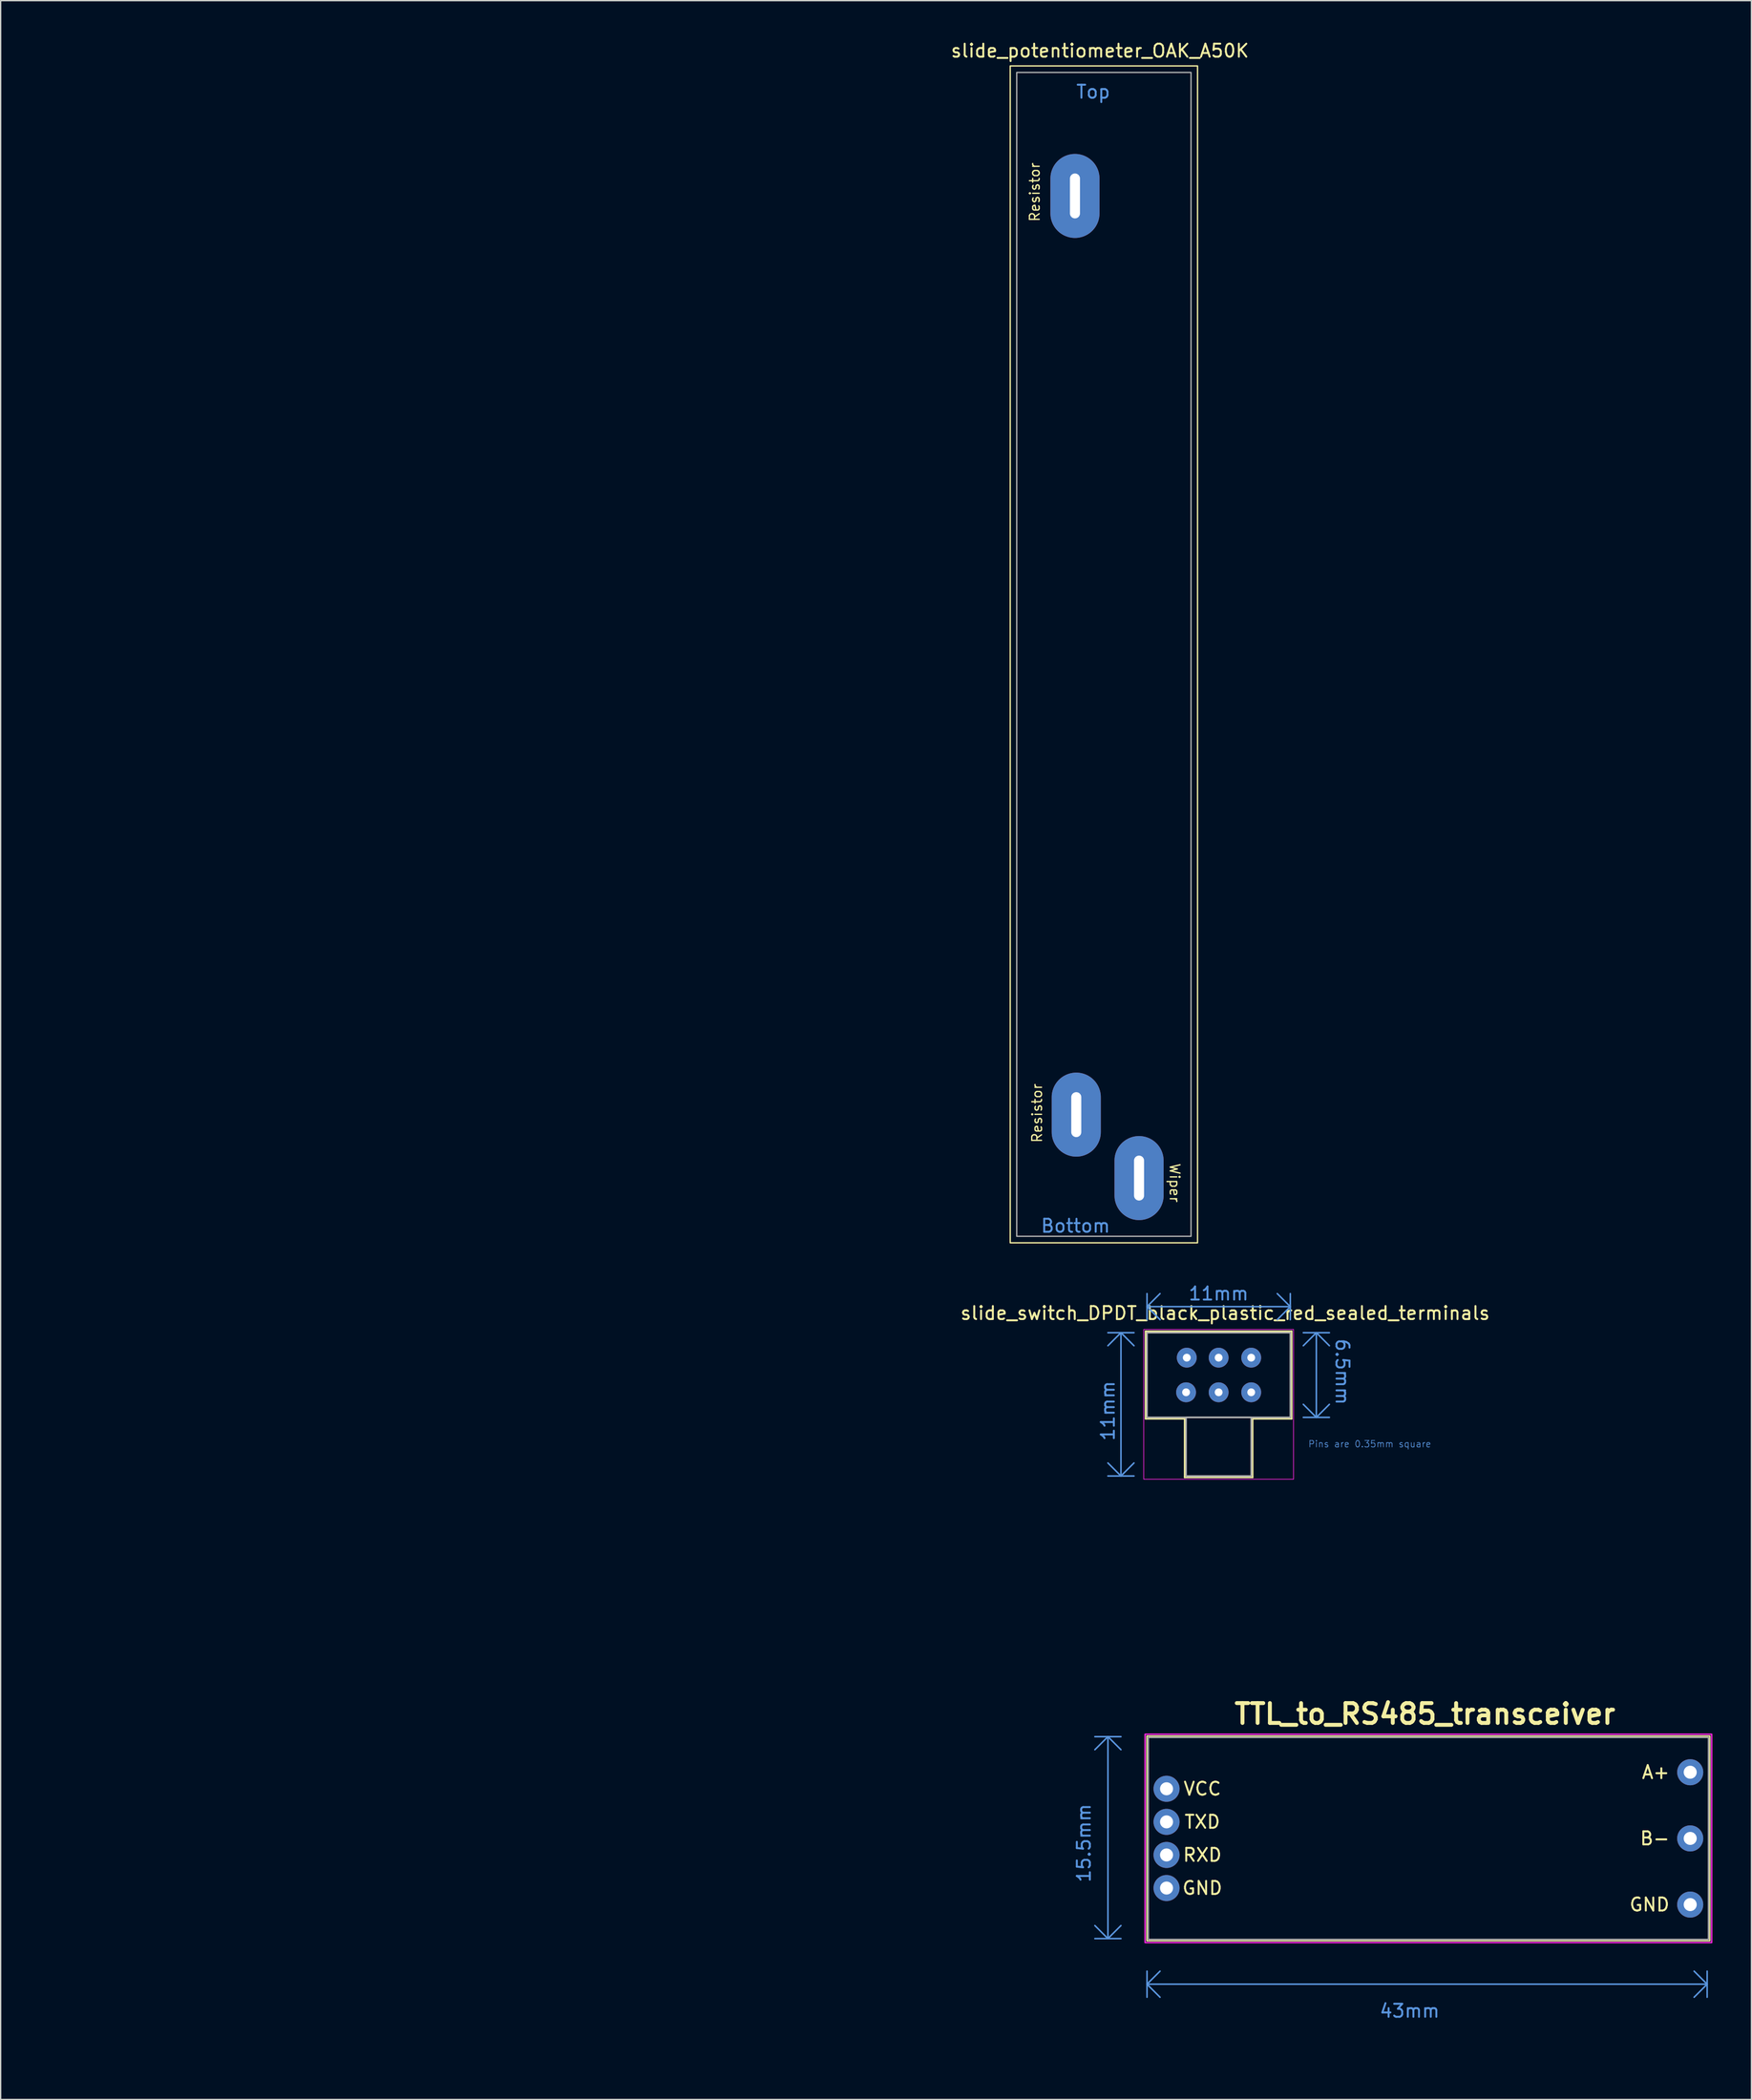
<source format=kicad_pcb>
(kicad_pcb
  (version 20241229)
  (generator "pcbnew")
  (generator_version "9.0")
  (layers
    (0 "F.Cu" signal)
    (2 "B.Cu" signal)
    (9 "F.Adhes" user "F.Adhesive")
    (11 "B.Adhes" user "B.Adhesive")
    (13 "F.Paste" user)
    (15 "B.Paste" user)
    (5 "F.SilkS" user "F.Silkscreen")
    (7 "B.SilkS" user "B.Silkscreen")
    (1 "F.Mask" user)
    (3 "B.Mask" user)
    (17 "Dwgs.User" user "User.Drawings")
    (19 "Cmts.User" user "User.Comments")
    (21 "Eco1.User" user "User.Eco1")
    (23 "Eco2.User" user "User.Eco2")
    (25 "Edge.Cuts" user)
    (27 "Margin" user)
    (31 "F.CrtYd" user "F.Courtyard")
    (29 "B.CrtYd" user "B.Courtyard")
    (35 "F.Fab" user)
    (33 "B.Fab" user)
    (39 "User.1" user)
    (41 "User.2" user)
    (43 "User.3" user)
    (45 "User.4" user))
  (footprint "slide_switch_DPDT_black_plastic_red_sealed_terminals"
    (layer "F.Cu")
    (at 85 99.25)
    (property "Reference" "slide_switch_DPDT_black_plastic_red_sealed_terminals" (at 6 -1.5 0) (unlocked yes) (layer "F.SilkS") (effects (font (size 1 1) (thickness 0.15))))
    (attr through_hole)
    (fp_line (start -0.11 -0.11) (end 11.11 -0.11) (stroke (width 0.12) (type solid)) (layer "F.SilkS"))
    (fp_line (start -0.11 6.61) (end -0.11 -0.11) (stroke (width 0.12) (type solid)) (layer "F.SilkS"))
    (fp_line (start 2.89 6.61) (end -0.11 6.61) (stroke (width 0.12) (type solid)) (layer "F.SilkS"))
    (fp_line (start 2.89 11.11) (end 2.89 6.61) (stroke (width 0.12) (type solid)) (layer "F.SilkS"))
    (fp_line (start 8.11 6.61) (end 8.11 11.11) (stroke (width 0.12) (type solid)) (layer "F.SilkS"))
    (fp_line (start 8.11 11.11) (end 2.89 11.11) (stroke (width 0.12) (type solid)) (layer "F.SilkS"))
    (fp_line (start 11.11 -0.11) (end 11.11 6.61) (stroke (width 0.12) (type solid)) (layer "F.SilkS"))
    (fp_line (start 11.11 6.61) (end 8.11 6.61) (stroke (width 0.12) (type solid)) (layer "F.SilkS"))
    (fp_line (start -3 0) (end -1 0) (stroke (width 0.12) (type solid)) (layer "Cmts.User"))
    (fp_line (start -3 11) (end -1 11) (stroke (width 0.12) (type solid)) (layer "Cmts.User"))
    (fp_line (start -2 0) (end -3 1) (stroke (width 0.12) (type solid)) (layer "Cmts.User"))
    (fp_line (start -2 0) (end -2 11) (stroke (width 0.12) (type solid)) (layer "Cmts.User"))
    (fp_line (start -2 0) (end -1 1) (stroke (width 0.12) (type solid)) (layer "Cmts.User"))
    (fp_line (start -2 11) (end -3 10) (stroke (width 0.12) (type solid)) (layer "Cmts.User"))
    (fp_line (start -2 11) (end -1 10) (stroke (width 0.12) (type solid)) (layer "Cmts.User"))
    (fp_line (start 0 -3) (end 0 -1) (stroke (width 0.12) (type solid)) (layer "Cmts.User"))
    (fp_line (start 0 -2) (end 1 -3) (stroke (width 0.12) (type solid)) (layer "Cmts.User"))
    (fp_line (start 0 -2) (end 1 -1) (stroke (width 0.12) (type solid)) (layer "Cmts.User"))
    (fp_line (start 0 -2) (end 11 -2) (stroke (width 0.12) (type solid)) (layer "Cmts.User"))
    (fp_line (start 10 -3) (end 11 -2) (stroke (width 0.12) (type solid)) (layer "Cmts.User"))
    (fp_line (start 11 -3) (end 11 -1) (stroke (width 0.12) (type solid)) (layer "Cmts.User"))
    (fp_line (start 11 -2) (end 10 -1) (stroke (width 0.12) (type solid)) (layer "Cmts.User"))
    (fp_line (start 12 0) (end 14 0) (stroke (width 0.12) (type solid)) (layer "Cmts.User"))
    (fp_line (start 12 6.5) (end 14 6.5) (stroke (width 0.12) (type solid)) (layer "Cmts.User"))
    (fp_line (start 13 0) (end 12 1) (stroke (width 0.12) (type solid)) (layer "Cmts.User"))
    (fp_line (start 13 0) (end 13 6.5) (stroke (width 0.12) (type solid)) (layer "Cmts.User"))
    (fp_line (start 13 0) (end 14 1) (stroke (width 0.12) (type solid)) (layer "Cmts.User"))
    (fp_line (start 13 6.5) (end 12 5.5) (stroke (width 0.12) (type solid)) (layer "Cmts.User"))
    (fp_line (start 14 5.5) (end 13 6.5) (stroke (width 0.12) (type solid)) (layer "Cmts.User"))
    (fp_rect (start -0.25 -0.25) (end 11.25 11.25) (stroke (width 0.05) (type solid)) (fill no) (layer "F.CrtYd"))
    (fp_rect (start 0 0) (end 11 6.5) (stroke (width 0.12) (type solid)) (fill no) (layer "F.Fab"))
    (fp_rect (start 3 6.5) (end 8 11) (stroke (width 0.12) (type solid)) (fill no) (layer "F.Fab"))
    (fp_text user "11mm" (at -3 6 90) (unlocked yes) (layer "Cmts.User") (effects (font (size 1 1) (thickness 0.15))))
    (fp_text user "Pins are 0.35mm square" (at 17.1 8.544 0) (unlocked yes) (layer "Cmts.User") (effects (font (size 0.5 0.5) (thickness 0.05))))
    (fp_text user "11mm" (at 5.5 -3 0) (unlocked yes) (layer "Cmts.User") (effects (font (size 1 1) (thickness 0.15))))
    (fp_text user "6.5mm" (at 15 3 270) (unlocked yes) (layer "Cmts.User") (effects (font (size 1 1) (thickness 0.15))))
    (fp_text user "PARTICULAR PURPOSE. Please see the CERN-OHL-S v2 for applicable conditions. " (at -85 20 0) (unlocked yes) (layer "Eco1.User") (effects (font (size 1 1) (thickness 0.15)) (justify left)))
    (fp_text user "the terms of the CERN-OHL-S v2 (https://ohwr.org/cern_ohl_s_v2.txt)." (at -85 12 0) (unlocked yes) (layer "Eco1.User") (effects (font (size 1 1) (thickness 0.15)) (justify left)))
    (fp_text user "This source is distributed WITHOUT ANY EXPRESS OR IMPLIED WARRANTY," (at -85 16 0) (unlocked yes) (layer "Eco1.User") (effects (font (size 1 1) (thickness 0.15)) (justify left)))
    (fp_text user "Source location: https://github.com/pfroud/DMX-controller" (at -85 24 0) (unlocked yes) (layer "Eco1.User") (effects (font (size 1 1) (thickness 0.15)) (justify left)))
    (fp_text user "INCLUDING OF MERCHANTABILITY, SATISFACTORY QUALITY AND FITNESS FOR A" (at -85 18 0) (unlocked yes) (layer "Eco1.User") (effects (font (size 1 1) (thickness 0.15)) (justify left)))
    (fp_text user "Copyright Peter Froud 2022." (at -85 2 0) (unlocked yes) (layer "Eco1.User") (effects (font (size 1 1) (thickness 0.15)) (justify left)))
    (fp_text user "This source describes Open Hardware and is licensed under the CERN-OHL-S v2." (at -85 6 0) (unlocked yes) (layer "Eco1.User") (effects (font (size 1 1) (thickness 0.15)) (justify left)))
    (fp_text user "You may redistribute and modify this source and make products using it under" (at -85 10 0) (unlocked yes) (layer "Eco1.User") (effects (font (size 1 1) (thickness 0.15)) (justify left)))
    (pad "1" thru_hole circle (at 3.053 1.917) (size 1.524 1.524) (drill 0.6) (layers "*.Cu" "*.Mask"))
    (pad "2" thru_hole circle (at 5.5 1.917) (size 1.524 1.524) (drill 0.6) (layers "*.Cu" "*.Mask"))
    (pad "3" thru_hole circle (at 8 1.917) (size 1.524 1.524) (drill 0.6) (layers "*.Cu" "*.Mask"))
    (pad "4" thru_hole circle (at 3 4.575) (size 1.524 1.524) (drill 0.6) (layers "*.Cu" "*.Mask"))
    (pad "5" thru_hole circle (at 5.5 4.575) (size 1.524 1.524) (drill 0.6) (layers "*.Cu" "*.Mask"))
    (pad "6" thru_hole circle (at 8 4.575) (size 1.524 1.524) (drill 0.6) (layers "*.Cu" "*.Mask")))
  (footprint "slide_potentiometer_OAK_A50K"
    (layer "F.Cu")
    (at 75 2.511)
    (property "Reference" "slide_potentiometer_OAK_A50K" (at 6.385 -1.663 0) (unlocked yes) (layer "F.SilkS") (effects (font (size 1 1) (thickness 0.15))))
    (attr through_hole)
    (fp_rect (start -0.5 -0.5) (end 13.88 89.84) (stroke (width 0.1) (type solid)) (fill no) (layer "F.SilkS"))
    (fp_rect (start 0 0) (end 13.38 89.34) (stroke (width 0.1) (type solid)) (fill no) (layer "F.Fab"))
    (fp_rect (start 4.18 8.14) (end 4.75 10.82) (stroke (width 0.1) (type solid)) (fill no) (layer "F.Fab"))
    (fp_rect (start 4.28 78.66) (end 4.85 81.34) (stroke (width 0.1) (type solid)) (fill no) (layer "F.Fab"))
    (fp_rect (start 9.1 83.53) (end 9.67 86.21) (stroke (width 0.1) (type solid)) (fill no) (layer "F.Fab"))
    (fp_text user "Resistor" (at 1.561 79.884 90) (unlocked yes) (layer "F.SilkS") (effects (font (size 0.75 0.75) (thickness 0.1))))
    (fp_text user "Resistor" (at 1.382 9.186 90) (unlocked yes) (layer "F.SilkS") (effects (font (size 0.75 0.75) (thickness 0.1))))
    (fp_text user "Wiper" (at 12.127 85.243 270) (unlocked yes) (layer "F.SilkS") (effects (font (size 0.75 0.75) (thickness 0.1))))
    (fp_text user "Top" (at 5.871 1.486 0) (unlocked yes) (layer "Cmts.User") (effects (font (size 1 1) (thickness 0.15))))
    (fp_text user "Bottom" (at 4.515 88.537 0) (unlocked yes) (layer "Cmts.User") (effects (font (size 1 1) (thickness 0.15))))
    (fp_text user "the terms of the CERN-OHL-S v2 (https://ohwr.org/cern_ohl_s_v2.txt)." (at -75 12 0) (unlocked yes) (layer "Eco1.User") (effects (font (size 1 1) (thickness 0.15)) (justify left)))
    (fp_text user "Source location: https://github.com/pfroud/DMX-controller" (at -75 24 0) (unlocked yes) (layer "Eco1.User") (effects (font (size 1 1) (thickness 0.15)) (justify left)))
    (fp_text user "This source is distributed WITHOUT ANY EXPRESS OR IMPLIED WARRANTY," (at -75 16 0) (unlocked yes) (layer "Eco1.User") (effects (font (size 1 1) (thickness 0.15)) (justify left)))
    (fp_text user "You may redistribute and modify this source and make products using it under" (at -75 10 0) (unlocked yes) (layer "Eco1.User") (effects (font (size 1 1) (thickness 0.15)) (justify left)))
    (fp_text user "This source describes Open Hardware and is licensed under the CERN-OHL-S v2." (at -75 6 0) (unlocked yes) (layer "Eco1.User") (effects (font (size 1 1) (thickness 0.15)) (justify left)))
    (fp_text user "PARTICULAR PURPOSE. Please see the CERN-OHL-S v2 for applicable conditions. " (at -75 20 0) (unlocked yes) (layer "Eco1.User") (effects (font (size 1 1) (thickness 0.15)) (justify left)))
    (fp_text user "INCLUDING OF MERCHANTABILITY, SATISFACTORY QUALITY AND FITNESS FOR A" (at -75 18 0) (unlocked yes) (layer "Eco1.User") (effects (font (size 1 1) (thickness 0.15)) (justify left)))
    (fp_text user "Copyright Peter Froud 2022." (at -75 2 0) (unlocked yes) (layer "Eco1.User") (effects (font (size 1 1) (thickness 0.15)) (justify left)))
    (pad "1" thru_hole oval (at 4.57 80) (size 3.77 6.45) (drill oval 0.77 3.45) (layers "*.Cu" "*.Mask"))
    (pad "2" thru_hole oval (at 9.39 84.87) (size 3.77 6.45) (drill oval 0.77 3.45) (layers "*.Cu" "*.Mask"))
    (pad "3" thru_hole oval (at 4.47 9.48) (size 3.77 6.45) (drill oval 0.77 3.45) (layers "*.Cu" "*.Mask")))
  (footprint "TTL_to_RS485_transceiver"
    (layer "F.Cu")
    (at 86.5 134.26)
    (property "Reference" "TTL_to_RS485_transceiver" (at 19.835 -5.744 0) (layer "F.SilkS") (effects (font (size 1.524 1.524) (thickness 0.3))))
    (attr through_hole)
    (fp_rect (start -1.51 -4.05) (end 41.71 11.67) (stroke (width 0.1) (type solid)) (fill no) (layer "F.SilkS"))
    (fp_line (start -5.5 -4) (end -3.5 -4) (stroke (width 0.12) (type solid)) (layer "Cmts.User"))
    (fp_line (start -5.5 11.5) (end -3.5 11.5) (stroke (width 0.12) (type solid)) (layer "Cmts.User"))
    (fp_line (start -4.5 -4) (end -5.5 -3) (stroke (width 0.12) (type solid)) (layer "Cmts.User"))
    (fp_line (start -4.5 -4) (end -4.5 11.5) (stroke (width 0.12) (type solid)) (layer "Cmts.User"))
    (fp_line (start -4.5 -4) (end -3.5 -3) (stroke (width 0.12) (type solid)) (layer "Cmts.User"))
    (fp_line (start -4.5 11.5) (end -5.5 10.5) (stroke (width 0.12) (type solid)) (layer "Cmts.User"))
    (fp_line (start -4.5 11.5) (end -3.5 10.5) (stroke (width 0.12) (type solid)) (layer "Cmts.User"))
    (fp_line (start -1.5 14) (end -1.5 16) (stroke (width 0.12) (type solid)) (layer "Cmts.User"))
    (fp_line (start -1.5 15) (end -0.5 14) (stroke (width 0.12) (type solid)) (layer "Cmts.User"))
    (fp_line (start -1.5 15) (end -0.5 16) (stroke (width 0.12) (type solid)) (layer "Cmts.User"))
    (fp_line (start -1.5 15) (end 41.5 15) (stroke (width 0.12) (type solid)) (layer "Cmts.User"))
    (fp_line (start 41.5 14) (end 41.5 16) (stroke (width 0.12) (type solid)) (layer "Cmts.User"))
    (fp_line (start 41.5 15) (end 40.5 14) (stroke (width 0.12) (type solid)) (layer "Cmts.User"))
    (fp_line (start 41.5 15) (end 40.5 16) (stroke (width 0.12) (type solid)) (layer "Cmts.User"))
    (fp_rect (start -1.65 -4.19) (end 41.85 11.81) (stroke (width 0.1) (type solid)) (fill no) (layer "F.CrtYd"))
    (fp_rect (start -1.4 -3.94) (end 41.6 11.56) (stroke (width 0.1) (type solid)) (fill no) (layer "F.Fab"))
    (fp_text user "TXD" (at 2.75 2.54 0) (unlocked yes) (layer "F.SilkS") (effects (font (size 1 1) (thickness 0.15))))
    (fp_text user "VCC" (at 2.75 0 0) (unlocked yes) (layer "F.SilkS") (effects (font (size 1 1) (thickness 0.15))))
    (fp_text user "RXD" (at 2.75 5.08 0) (unlocked yes) (layer "F.SilkS") (effects (font (size 1 1) (thickness 0.15))))
    (fp_text user "GND" (at 2.75 7.62 0) (unlocked yes) (layer "F.SilkS") (effects (font (size 1 1) (thickness 0.15))))
    (fp_text user "GND" (at 38.7 8.89 0) (unlocked yes) (layer "F.SilkS") (effects (font (size 1 1) (thickness 0.15)) (justify right)))
    (fp_text user "A+" (at 38.7 -1.27 0) (unlocked yes) (layer "F.SilkS") (effects (font (size 1 1) (thickness 0.15)) (justify right)))
    (fp_text user "B-" (at 38.7 3.81 0) (unlocked yes) (layer "F.SilkS") (effects (font (size 1 1) (thickness 0.15)) (justify right)))
    (fp_text user "43mm" (at 18.664 17.048 0) (unlocked yes) (layer "Cmts.User") (effects (font (size 1 1) (thickness 0.15))))
    (fp_text user "15.5mm" (at -6.342 4.168 90) (unlocked yes) (layer "Cmts.User") (effects (font (size 1 1) (thickness 0.15))))
    (fp_text user "Copyright Peter Froud 2022." (at -86.5 -2 0) (unlocked yes) (layer "Eco1.User") (effects (font (size 1 1) (thickness 0.15)) (justify left)))
    (fp_text user "Source location: https://github.com/pfroud/DMX-controller" (at -86.5 20 0) (unlocked yes) (layer "Eco1.User") (effects (font (size 1 1) (thickness 0.15)) (justify left)))
    (fp_text user "This source is distributed WITHOUT ANY EXPRESS OR IMPLIED WARRANTY," (at -86.5 12 0) (unlocked yes) (layer "Eco1.User") (effects (font (size 1 1) (thickness 0.15)) (justify left)))
    (fp_text user "the terms of the CERN-OHL-S v2 (https://ohwr.org/cern_ohl_s_v2.txt)." (at -86.5 8 0) (unlocked yes) (layer "Eco1.User") (effects (font (size 1 1) (thickness 0.15)) (justify left)))
    (fp_text user "This source describes Open Hardware and is licensed under the CERN-OHL-S v2." (at -86.5 2 0) (unlocked yes) (layer "Eco1.User") (effects (font (size 1 1) (thickness 0.15)) (justify left)))
    (fp_text user "INCLUDING OF MERCHANTABILITY, SATISFACTORY QUALITY AND FITNESS FOR A" (at -86.5 14 0) (unlocked yes) (layer "Eco1.User") (effects (font (size 1 1) (thickness 0.15)) (justify left)))
    (fp_text user "PARTICULAR PURPOSE. Please see the CERN-OHL-S v2 for applicable conditions. " (at -86.5 16 0) (unlocked yes) (layer "Eco1.User") (effects (font (size 1 1) (thickness 0.15)) (justify left)))
    (fp_text user "You may redistribute and modify this source and make products using it under" (at -86.5 6 0) (unlocked yes) (layer "Eco1.User") (effects (font (size 1 1) (thickness 0.15)) (justify left)))
    (pad "1" thru_hole circle (at 0 0 270) (size 2 2) (drill 1) (layers "*.Cu" "*.Mask"))
    (pad "2" thru_hole circle (at 0 2.54 270) (size 2 2) (drill 1) (layers "*.Cu" "*.Mask"))
    (pad "3" thru_hole circle (at 0 5.08 270) (size 2 2) (drill 1) (layers "*.Cu" "*.Mask"))
    (pad "4" thru_hole circle (at 0 7.62 270) (size 2 2) (drill 1) (layers "*.Cu" "*.Mask"))
    (pad "5" thru_hole circle (at 40.2 -1.27 270) (size 2 2) (drill 1) (layers "*.Cu" "*.Mask"))
    (pad "6" thru_hole circle (at 40.2 3.81 270) (size 2 2) (drill 1) (layers "*.Cu" "*.Mask"))
    (pad "7" thru_hole circle (at 40.2 8.89 270) (size 2 2) (drill 1) (layers "*.Cu" "*.Mask")))
  (gr_rect
    (start -3 -3)
    (end 131.4 158.108)
    (stroke (width 0.1) (type default))
    (fill no)
    (layer "Edge.Cuts")))
</source>
